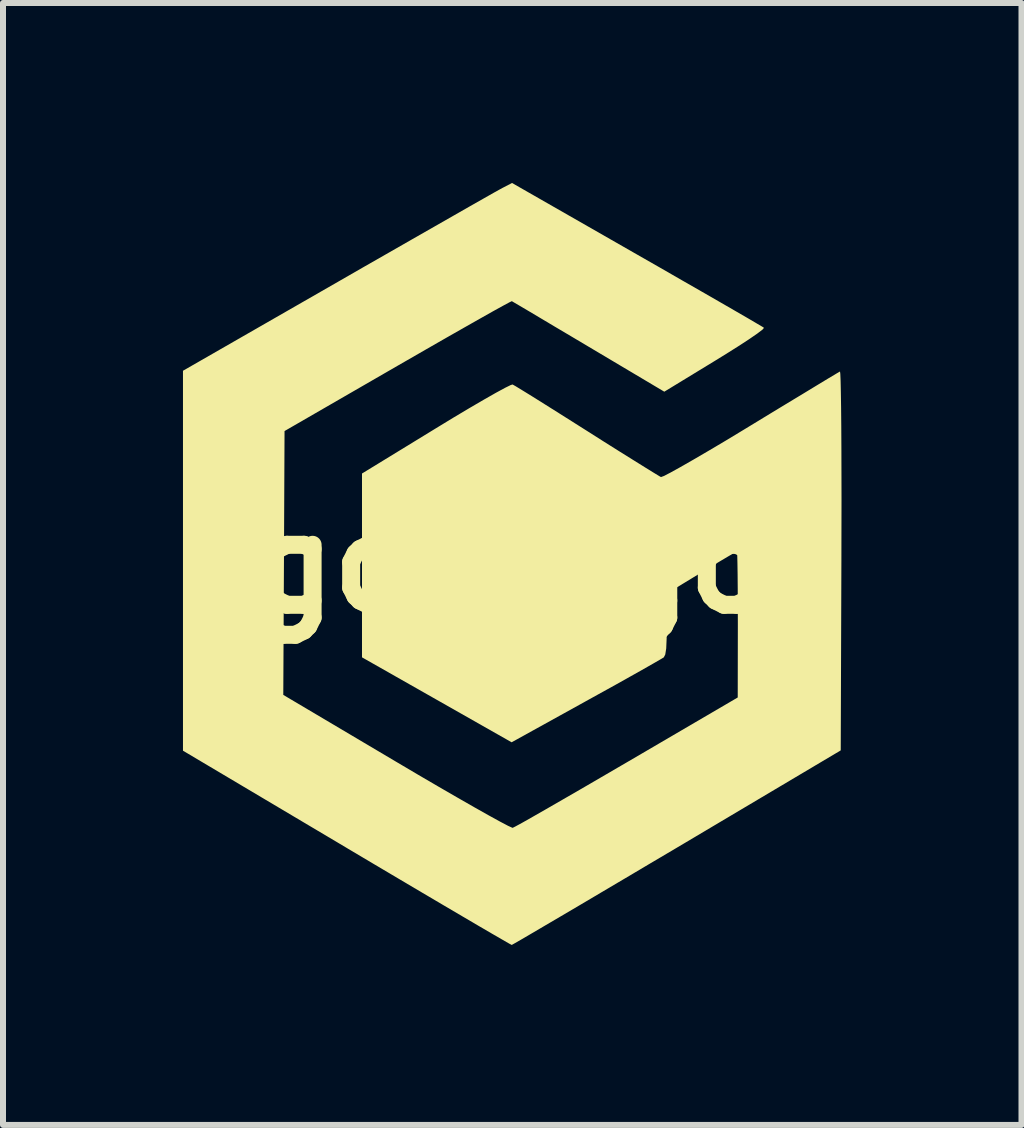
<source format=kicad_pcb>
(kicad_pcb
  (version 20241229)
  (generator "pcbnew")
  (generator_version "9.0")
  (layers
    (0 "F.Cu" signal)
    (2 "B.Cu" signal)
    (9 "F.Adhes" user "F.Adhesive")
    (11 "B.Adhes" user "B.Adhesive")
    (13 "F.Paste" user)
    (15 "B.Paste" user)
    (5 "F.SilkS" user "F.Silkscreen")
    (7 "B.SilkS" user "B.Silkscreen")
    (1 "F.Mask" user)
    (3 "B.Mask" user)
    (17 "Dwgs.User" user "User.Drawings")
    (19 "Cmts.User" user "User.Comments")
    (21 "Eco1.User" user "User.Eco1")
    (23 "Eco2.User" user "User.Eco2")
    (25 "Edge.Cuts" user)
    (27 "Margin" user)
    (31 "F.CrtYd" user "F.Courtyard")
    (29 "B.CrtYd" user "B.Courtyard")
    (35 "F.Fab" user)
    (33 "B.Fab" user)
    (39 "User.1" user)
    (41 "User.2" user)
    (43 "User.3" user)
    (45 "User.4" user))
  (footprint "gc logo"
    (layer "F.Cu")
    (at 5.482 6.353)
    (property "Reference" "gc logo" (at 0 0 0) (layer "F.SilkS") (effects (font (size 1.5 1.5) (thickness 0.3))))
    (attr board_only exclude_from_pos_files exclude_from_bom)
    (fp_poly (pts (xy 2.086 -5.161) (xy 2.471 -4.941) (xy 2.834 -4.732) (xy 3.169 -4.54) (xy 3.468 -4.368) (xy 3.726 -4.219) (xy 3.935 -4.098) (xy 4.088 -4.008) (xy 4.18 -3.954) (xy 4.203 -3.938) (xy 4.178 -3.909) (xy 4.09 -3.842) (xy 3.949 -3.745) (xy 3.763 -3.624) (xy 3.543 -3.486) (xy 3.389 -3.391) (xy 2.541 -2.874) (xy 1.281 -3.623) (xy 0.985 -3.799) (xy 0.713 -3.96) (xy 0.473 -4.103) (xy 0.273 -4.222) (xy 0.122 -4.311) (xy 0.028 -4.366) (xy 0 -4.383) (xy -0.04 -4.364) (xy -0.146 -4.307) (xy -0.311 -4.216) (xy -0.529 -4.093) (xy -0.792 -3.944) (xy -1.094 -3.772) (xy -1.427 -3.581) (xy -1.785 -3.375) (xy -1.905 -3.306) (xy -3.789 -2.218) (xy -3.799 -0.019) (xy -3.81 2.18) (xy -1.928 3.295) (xy -1.564 3.51) (xy -1.22 3.711) (xy -0.905 3.893) (xy -0.624 4.054) (xy -0.386 4.188) (xy -0.197 4.292) (xy -0.064 4.362) (xy 0.006 4.394) (xy 0.014 4.396) (xy 0.061 4.372) (xy 0.175 4.31) (xy 0.346 4.213) (xy 0.57 4.085) (xy 0.837 3.931) (xy 1.142 3.755) (xy 1.477 3.56) (xy 1.834 3.352) (xy 1.92 3.302) (xy 3.765 2.223) (xy 3.767 1.005) (xy 3.766 0.694) (xy 3.765 0.412) (xy 3.763 0.171) (xy 3.76 -0.021) (xy 3.757 -0.151) (xy 3.753 -0.209) (xy 3.753 -0.212) (xy 3.713 -0.191) (xy 3.614 -0.133) (xy 3.467 -0.046) (xy 3.286 0.063) (xy 3.155 0.142) (xy 2.573 0.496) (xy 2.58 1.003) (xy 2.58 1.242) (xy 2.573 1.406) (xy 2.557 1.507) (xy 2.532 1.555) (xy 2.482 1.585) (xy 2.368 1.651) (xy 2.198 1.748) (xy 1.981 1.87) (xy 1.726 2.013) (xy 1.442 2.17) (xy 1.236 2.284) (xy -0.004 2.97) (xy -1.251 2.262) (xy -2.498 1.554) (xy -2.498 0.022) (xy -2.498 -1.51) (xy -1.269 -2.262) (xy -0.977 -2.44) (xy -0.707 -2.601) (xy -0.467 -2.741) (xy -0.267 -2.855) (xy -0.114 -2.938) (xy -0.018 -2.985) (xy 0.012 -2.994) (xy 0.06 -2.967) (xy 0.17 -2.9) (xy 0.334 -2.799) (xy 0.543 -2.668) (xy 0.788 -2.514) (xy 1.06 -2.342) (xy 1.25 -2.222) (xy 1.535 -2.041) (xy 1.799 -1.875) (xy 2.033 -1.729) (xy 2.227 -1.608) (xy 2.373 -1.518) (xy 2.462 -1.464) (xy 2.486 -1.451) (xy 2.532 -1.468) (xy 2.643 -1.525) (xy 2.809 -1.617) (xy 3.024 -1.74) (xy 3.279 -1.889) (xy 3.566 -2.059) (xy 3.877 -2.247) (xy 3.987 -2.314) (xy 4.304 -2.507) (xy 4.599 -2.686) (xy 4.864 -2.846) (xy 5.091 -2.984) (xy 5.271 -3.093) (xy 5.398 -3.169) (xy 5.463 -3.207) (xy 5.47 -3.21) (xy 5.475 -3.171) (xy 5.48 -3.054) (xy 5.484 -2.866) (xy 5.488 -2.612) (xy 5.491 -2.299) (xy 5.493 -1.935) (xy 5.494 -1.525) (xy 5.495 -1.076) (xy 5.494 -0.594) (xy 5.493 -0.086) (xy 5.493 -0.06) (xy 5.482 3.105) (xy 2.752 4.726) (xy 2.312 4.986) (xy 1.894 5.234) (xy 1.503 5.465) (xy 1.145 5.677) (xy 0.824 5.866) (xy 0.548 6.028) (xy 0.322 6.161) (xy 0.151 6.261) (xy 0.041 6.324) (xy -0.002 6.348) (xy -0.002 6.348) (xy -0.042 6.327) (xy -0.148 6.266) (xy -0.316 6.169) (xy -0.539 6.039) (xy -0.813 5.878) (xy -1.131 5.691) (xy -1.487 5.481) (xy -1.876 5.251) (xy -2.293 5.004) (xy -2.731 4.744) (xy -2.754 4.73) (xy -5.482 3.11) (xy -5.482 -0.056) (xy -5.482 -3.223) (xy -2.9 -4.705) (xy -2.467 -4.954) (xy -2.052 -5.191) (xy -1.661 -5.415) (xy -1.302 -5.62) (xy -0.98 -5.804) (xy -0.702 -5.963) (xy -0.473 -6.093) (xy -0.302 -6.19) (xy -0.192 -6.251) (xy -0.157 -6.27) (xy 0.003 -6.353)) (stroke (width 0) (type solid)) (fill yes) (layer "F.SilkS")))
  (gr_rect
    (start -3 -3)
    (end 13.977 15.701)
    (stroke (width 0.1) (type default))
    (fill no)
    (layer "Edge.Cuts")))
</source>
